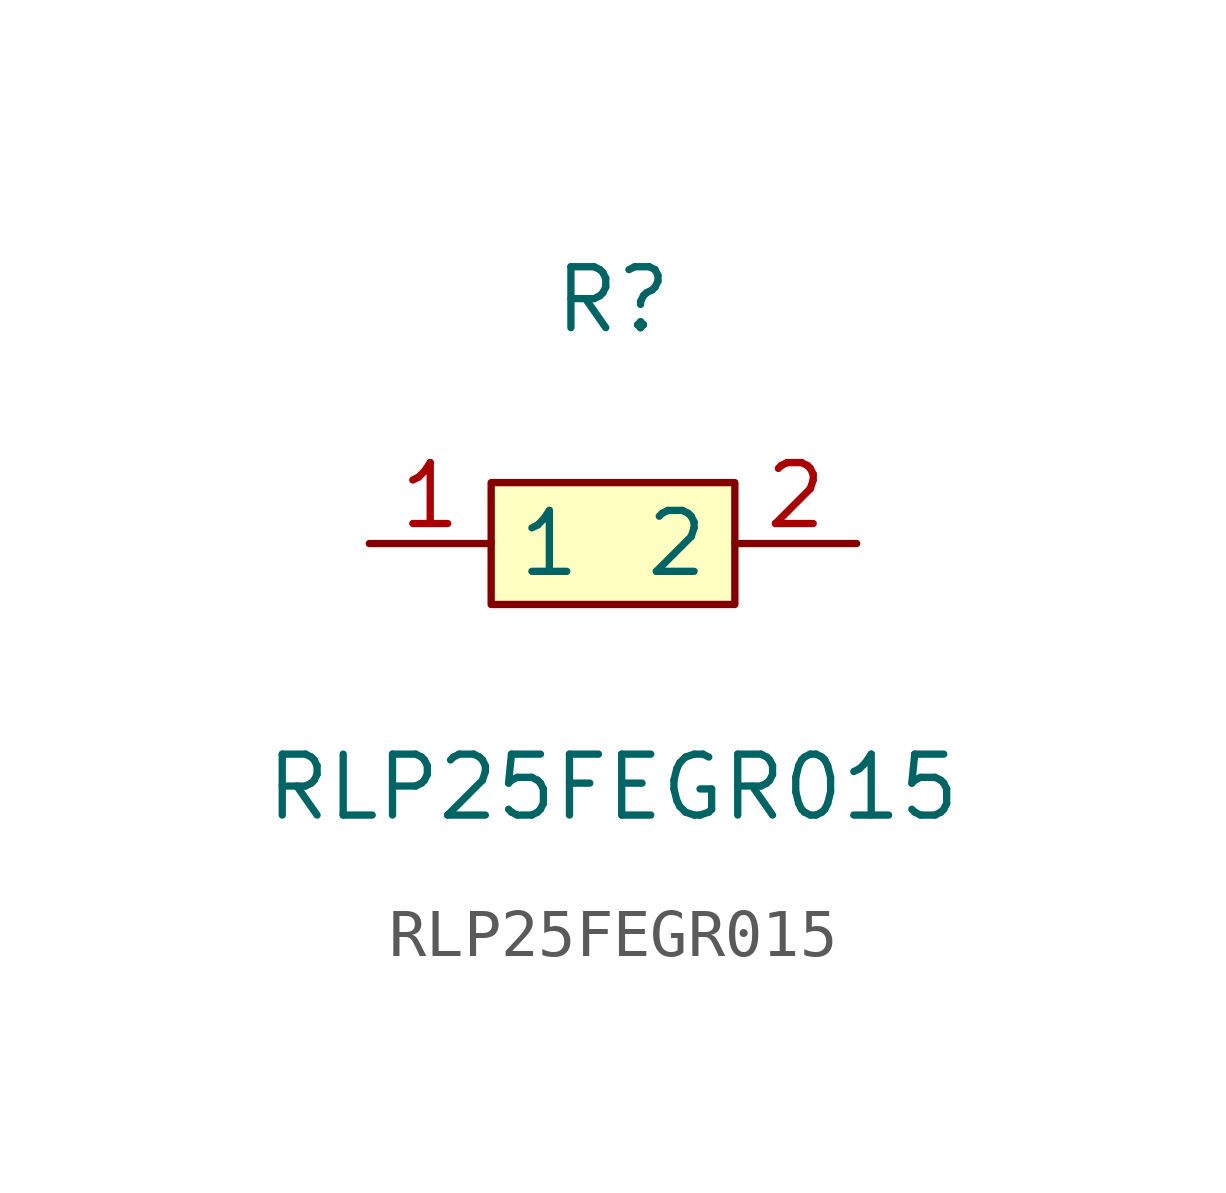
<source format=kicad_sym>
(kicad_symbol_lib
  (version 1)
  (generator "faebryk")
  (symbol "RLP25FEGR015"
    (property "Reference" "R"
      (at 0 5.08 0)
      (effects (font (size 1.27 1.27)) (hide no)))
    (property "Value" "RLP25FEGR015"
      (at 0 -5.08 0)
      (effects (font (size 1.27 1.27)) (hide no)))
    (symbol "RLP25FEGR015_0_1"
      (rectangle (start -2.54 1.27) (end 2.54 -1.27) (stroke (width 0) (type default) (color 0 0 0 0)) (fill (type background)))
      (pin unspecified line (at -5.08 0 0) (length 2.54) (name "1" (effects (font (size 1.27 1.27)) (hide no))) (number "1" (effects (font (size 1.27 1.27)) (hide no))))
      (pin unspecified line (at 5.08 0 180) (length 2.54) (name "2" (effects (font (size 1.27 1.27)) (hide no))) (number "2" (effects (font (size 1.27 1.27)) (hide no)))))))
</source>
